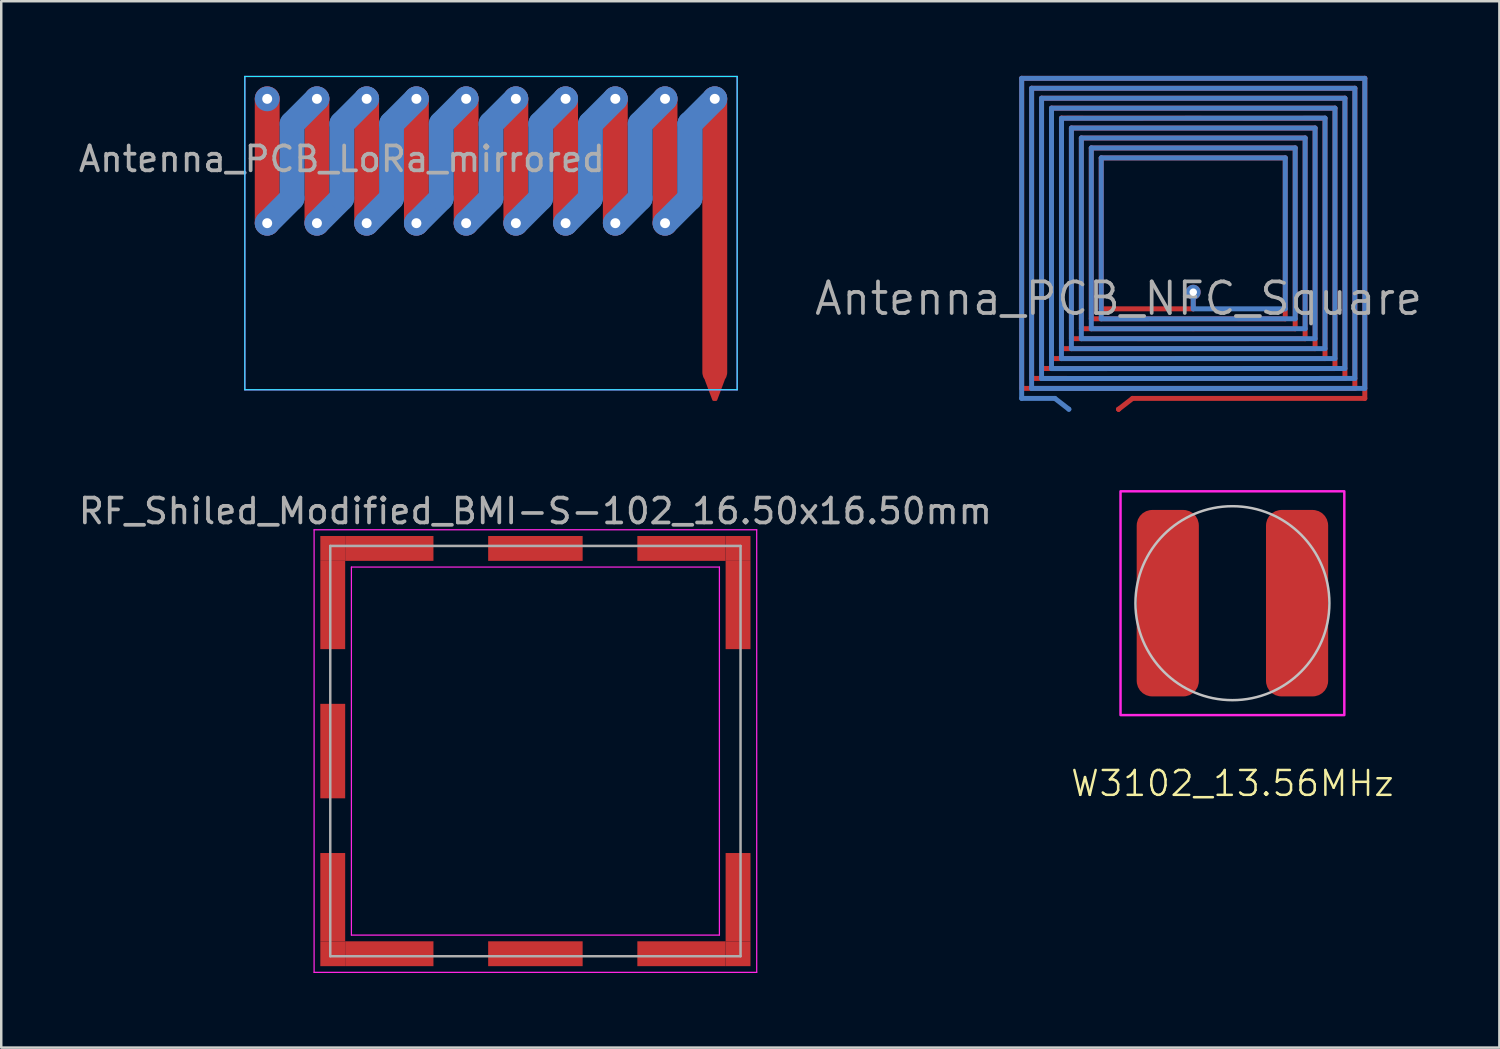
<source format=kicad_pcb>
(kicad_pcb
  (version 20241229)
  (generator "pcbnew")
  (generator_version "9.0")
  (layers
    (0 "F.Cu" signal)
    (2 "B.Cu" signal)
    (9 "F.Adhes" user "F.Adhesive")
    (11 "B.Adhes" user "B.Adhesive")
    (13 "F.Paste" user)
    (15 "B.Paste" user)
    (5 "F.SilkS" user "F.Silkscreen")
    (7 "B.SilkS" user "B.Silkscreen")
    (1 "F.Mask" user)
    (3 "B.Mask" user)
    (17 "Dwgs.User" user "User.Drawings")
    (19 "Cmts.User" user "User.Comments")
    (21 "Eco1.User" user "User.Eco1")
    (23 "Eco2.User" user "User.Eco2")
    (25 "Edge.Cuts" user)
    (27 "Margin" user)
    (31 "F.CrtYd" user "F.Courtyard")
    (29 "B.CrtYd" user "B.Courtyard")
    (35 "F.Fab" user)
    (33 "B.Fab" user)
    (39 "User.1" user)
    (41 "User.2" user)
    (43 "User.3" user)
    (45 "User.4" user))
  (footprint "Antenna_PCB_NFC_Square"
    (layer "F.Cu")
    (at 41.936 13.408)
    (property "Reference" "Antenna_PCB_NFC_Square" (at 0 -4.45 0) (layer "F.Fab") (effects (font (size 1.27 1.27) (thickness 0.15))))
    (attr exclude_from_pos_files exclude_from_bom allow_missing_courtyard)
    (fp_line (start -3.898 -13.308) (end 9.902 -13.308) (stroke (width 0.2) (type solid)) (layer "F.Cu"))
    (fp_line (start -3.898 -0.838) (end -3.898 -13.308) (stroke (width 0.2) (type solid)) (layer "F.Cu"))
    (fp_line (start -3.898 -0.838) (end 9.502 -0.836) (stroke (width 0.2) (type solid)) (layer "F.Cu"))
    (fp_line (start -3.498 -12.908) (end 9.502 -12.908) (stroke (width 0.2) (type solid)) (layer "F.Cu"))
    (fp_line (start -3.498 -1.238) (end -3.498 -12.908) (stroke (width 0.2) (type solid)) (layer "F.Cu"))
    (fp_line (start -3.498 -1.238) (end 9.102 -1.236) (stroke (width 0.2) (type solid)) (layer "F.Cu"))
    (fp_line (start -3.098 -12.508) (end 9.102 -12.508) (stroke (width 0.2) (type solid)) (layer "F.Cu"))
    (fp_line (start -3.098 -1.638) (end -3.098 -12.508) (stroke (width 0.2) (type solid)) (layer "F.Cu"))
    (fp_line (start -3.098 -1.638) (end 8.702 -1.636) (stroke (width 0.2) (type solid)) (layer "F.Cu"))
    (fp_line (start -2.698 -12.108) (end 8.702 -12.108) (stroke (width 0.2) (type solid)) (layer "F.Cu"))
    (fp_line (start -2.698 -2.038) (end -2.698 -12.108) (stroke (width 0.2) (type solid)) (layer "F.Cu"))
    (fp_line (start -2.698 -2.038) (end 8.302 -2.036) (stroke (width 0.2) (type solid)) (layer "F.Cu"))
    (fp_line (start -2.298 -11.708) (end 8.299 -11.702) (stroke (width 0.2) (type solid)) (layer "F.Cu"))
    (fp_line (start -2.298 -2.438) (end -2.298 -11.708) (stroke (width 0.2) (type solid)) (layer "F.Cu"))
    (fp_line (start -2.298 -2.438) (end 7.902 -2.436) (stroke (width 0.2) (type solid)) (layer "F.Cu"))
    (fp_line (start -1.898 -11.308) (end 7.902 -11.308) (stroke (width 0.2) (type solid)) (layer "F.Cu"))
    (fp_line (start -1.898 -2.838) (end -1.898 -11.308) (stroke (width 0.2) (type solid)) (layer "F.Cu"))
    (fp_line (start -1.898 -2.838) (end 7.502 -2.836) (stroke (width 0.2) (type solid)) (layer "F.Cu"))
    (fp_line (start -1.498 -10.908) (end 7.502 -10.908) (stroke (width 0.2) (type solid)) (layer "F.Cu"))
    (fp_line (start -1.498 -3.238) (end -1.498 -10.908) (stroke (width 0.2) (type solid)) (layer "F.Cu"))
    (fp_line (start -1.498 -3.238) (end 7.102 -3.236) (stroke (width 0.2) (type solid)) (layer "F.Cu"))
    (fp_line (start -1.098 -10.508) (end 7.102 -10.508) (stroke (width 0.2) (type solid)) (layer "F.Cu"))
    (fp_line (start -1.098 -3.638) (end -1.098 -10.508) (stroke (width 0.2) (type solid)) (layer "F.Cu"))
    (fp_line (start -1.098 -3.638) (end 6.702 -3.636) (stroke (width 0.2) (type solid)) (layer "F.Cu"))
    (fp_line (start -0.698 -10.108) (end 6.702 -10.108) (stroke (width 0.2) (type solid)) (layer "F.Cu"))
    (fp_line (start -0.698 -4.038) (end -0.698 -10.108) (stroke (width 0.2) (type solid)) (layer "F.Cu"))
    (fp_line (start -0.698 -4.038) (end 3.002 -4.038) (stroke (width 0.2) (type solid)) (layer "F.Cu"))
    (fp_line (start 0 0) (end 0.562 -0.436) (stroke (width 0.2) (type solid)) (layer "F.Cu"))
    (fp_line (start 0.562 -0.436) (end 9.902 -0.436) (stroke (width 0.2) (type solid)) (layer "F.Cu"))
    (fp_line (start 3.002 -4.038) (end 3.002 -4.708) (stroke (width 0.2) (type solid)) (layer "F.Cu"))
    (fp_line (start 6.702 -3.636) (end 6.702 -10.108) (stroke (width 0.2) (type solid)) (layer "F.Cu"))
    (fp_line (start 7.102 -3.236) (end 7.102 -10.508) (stroke (width 0.2) (type solid)) (layer "F.Cu"))
    (fp_line (start 7.502 -2.836) (end 7.502 -10.908) (stroke (width 0.2) (type solid)) (layer "F.Cu"))
    (fp_line (start 7.902 -2.436) (end 7.902 -11.308) (stroke (width 0.2) (type solid)) (layer "F.Cu"))
    (fp_line (start 8.299 -11.702) (end 8.302 -2.036) (stroke (width 0.2) (type solid)) (layer "F.Cu"))
    (fp_line (start 8.702 -1.636) (end 8.702 -12.108) (stroke (width 0.2) (type solid)) (layer "F.Cu"))
    (fp_line (start 9.102 -1.236) (end 9.102 -12.508) (stroke (width 0.2) (type solid)) (layer "F.Cu"))
    (fp_line (start 9.502 -0.836) (end 9.502 -12.908) (stroke (width 0.2) (type solid)) (layer "F.Cu"))
    (fp_line (start 9.902 -0.436) (end 9.902 -13.308) (stroke (width 0.2) (type solid)) (layer "F.Cu"))
    (fp_line (start -3.898 -0.436) (end -3.898 -13.308) (stroke (width 0.2) (type solid)) (layer "B.Cu"))
    (fp_line (start -3.898 -0.436) (end -2.562 -0.436) (stroke (width 0.2) (type solid)) (layer "B.Cu"))
    (fp_line (start -3.498 -0.836) (end -3.498 -12.908) (stroke (width 0.2) (type solid)) (layer "B.Cu"))
    (fp_line (start -3.098 -1.236) (end -3.098 -12.508) (stroke (width 0.2) (type solid)) (layer "B.Cu"))
    (fp_line (start -2.698 -1.636) (end -2.698 -12.108) (stroke (width 0.2) (type solid)) (layer "B.Cu"))
    (fp_line (start -2.562 -0.436) (end -2 0) (stroke (width 0.2) (type solid)) (layer "B.Cu"))
    (fp_line (start -2.295 -11.702) (end -2.298 -2.036) (stroke (width 0.2) (type solid)) (layer "B.Cu"))
    (fp_line (start -1.898 -2.436) (end -1.898 -11.308) (stroke (width 0.2) (type solid)) (layer "B.Cu"))
    (fp_line (start -1.498 -2.836) (end -1.498 -10.908) (stroke (width 0.2) (type solid)) (layer "B.Cu"))
    (fp_line (start -1.098 -3.236) (end -1.098 -10.508) (stroke (width 0.2) (type solid)) (layer "B.Cu"))
    (fp_line (start -0.698 -3.636) (end -0.698 -10.108) (stroke (width 0.2) (type solid)) (layer "B.Cu"))
    (fp_line (start 3.002 -4.038) (end 3.002 -4.708) (stroke (width 0.2) (type solid)) (layer "B.Cu"))
    (fp_line (start 6.702 -10.108) (end -0.698 -10.108) (stroke (width 0.2) (type solid)) (layer "B.Cu"))
    (fp_line (start 6.702 -4.038) (end 3.002 -4.038) (stroke (width 0.2) (type solid)) (layer "B.Cu"))
    (fp_line (start 6.702 -4.038) (end 6.702 -10.108) (stroke (width 0.2) (type solid)) (layer "B.Cu"))
    (fp_line (start 7.102 -10.508) (end -1.098 -10.508) (stroke (width 0.2) (type solid)) (layer "B.Cu"))
    (fp_line (start 7.102 -3.638) (end -0.698 -3.636) (stroke (width 0.2) (type solid)) (layer "B.Cu"))
    (fp_line (start 7.102 -3.638) (end 7.102 -10.508) (stroke (width 0.2) (type solid)) (layer "B.Cu"))
    (fp_line (start 7.502 -10.908) (end -1.498 -10.908) (stroke (width 0.2) (type solid)) (layer "B.Cu"))
    (fp_line (start 7.502 -3.238) (end -1.098 -3.236) (stroke (width 0.2) (type solid)) (layer "B.Cu"))
    (fp_line (start 7.502 -3.238) (end 7.502 -10.908) (stroke (width 0.2) (type solid)) (layer "B.Cu"))
    (fp_line (start 7.902 -11.308) (end -1.898 -11.308) (stroke (width 0.2) (type solid)) (layer "B.Cu"))
    (fp_line (start 7.902 -2.838) (end -1.498 -2.836) (stroke (width 0.2) (type solid)) (layer "B.Cu"))
    (fp_line (start 7.902 -2.838) (end 7.902 -11.308) (stroke (width 0.2) (type solid)) (layer "B.Cu"))
    (fp_line (start 8.302 -11.708) (end -2.295 -11.702) (stroke (width 0.2) (type solid)) (layer "B.Cu"))
    (fp_line (start 8.302 -2.438) (end -1.898 -2.436) (stroke (width 0.2) (type solid)) (layer "B.Cu"))
    (fp_line (start 8.302 -2.438) (end 8.302 -11.708) (stroke (width 0.2) (type solid)) (layer "B.Cu"))
    (fp_line (start 8.702 -12.108) (end -2.698 -12.108) (stroke (width 0.2) (type solid)) (layer "B.Cu"))
    (fp_line (start 8.702 -2.038) (end -2.298 -2.036) (stroke (width 0.2) (type solid)) (layer "B.Cu"))
    (fp_line (start 8.702 -2.038) (end 8.702 -12.108) (stroke (width 0.2) (type solid)) (layer "B.Cu"))
    (fp_line (start 9.102 -12.508) (end -3.098 -12.508) (stroke (width 0.2) (type solid)) (layer "B.Cu"))
    (fp_line (start 9.102 -1.638) (end -2.698 -1.636) (stroke (width 0.2) (type solid)) (layer "B.Cu"))
    (fp_line (start 9.102 -1.638) (end 9.102 -12.508) (stroke (width 0.2) (type solid)) (layer "B.Cu"))
    (fp_line (start 9.502 -12.908) (end -3.498 -12.908) (stroke (width 0.2) (type solid)) (layer "B.Cu"))
    (fp_line (start 9.502 -1.238) (end -3.098 -1.236) (stroke (width 0.2) (type solid)) (layer "B.Cu"))
    (fp_line (start 9.502 -1.238) (end 9.502 -12.908) (stroke (width 0.2) (type solid)) (layer "B.Cu"))
    (fp_line (start 9.902 -13.308) (end -3.898 -13.308) (stroke (width 0.2) (type solid)) (layer "B.Cu"))
    (fp_line (start 9.902 -0.838) (end -3.498 -0.836) (stroke (width 0.2) (type solid)) (layer "B.Cu"))
    (fp_line (start 9.902 -0.838) (end 9.902 -13.308) (stroke (width 0.2) (type solid)) (layer "B.Cu"))
    (pad "" thru_hole circle (at 3.002 -4.708 180) (size 0.6 0.6) (drill 0.3) (layers "*.Cu"))
    (pad "1" smd circle (at 0 0) (size 0.2 0.2) (layers "F.Cu"))
    (pad "1" smd circle (at 0 0) (size 0.2 0.2) (layers "F.Cu"))
    (pad "2" smd circle (at -2 0) (size 0.2 0.2) (layers "B.Cu")))
  (footprint "Antenna_PCB_LoRa_mirrored"
    (layer "F.Cu")
    (at 16.696 6.725)
    (property "Reference" "Antenna_PCB_LoRa_mirrored" (at -6 -3.38 0) (layer "F.Fab") (effects (font (size 1 1) (thickness 0.15))))
    (attr through_hole)
    (fp_line (start -9.9 -6.7) (end 9.9 -6.7) (stroke (width 0.05) (type solid)) (layer "B.CrtYd"))
    (fp_line (start -9.9 5.9) (end -9.9 -6.7) (stroke (width 0.05) (type solid)) (layer "B.CrtYd"))
    (fp_line (start 9.9 -6.7) (end 9.9 5.9) (stroke (width 0.05) (type solid)) (layer "B.CrtYd"))
    (fp_line (start 9.9 5.9) (end -9.9 5.9) (stroke (width 0.05) (type solid)) (layer "B.CrtYd"))
    (fp_line (start -9.9 -6.7) (end 9.9 -6.7) (stroke (width 0.05) (type solid)) (layer "F.CrtYd"))
    (fp_line (start -9.9 5.9) (end -9.9 -6.7) (stroke (width 0.05) (type solid)) (layer "F.CrtYd"))
    (fp_line (start 9.9 -6.7) (end 9.9 5.9) (stroke (width 0.05) (type solid)) (layer "F.CrtYd"))
    (fp_line (start 9.9 5.9) (end -9.9 5.9) (stroke (width 0.05) (type solid)) (layer "F.CrtYd"))
    (pad "1" thru_hole circle (at -9 -5.8 180) (size 1 1) (drill 0.4) (layers "*.Cu"))
    (pad "1" smd custom (at -9 -3.25) (size 1 1) (layers "F.Cu") (options (anchor circle)) (primitives (gr_line (start 0 -2.55) (end 0 2.45) (width 1))))
    (pad "1" thru_hole circle (at -9 -0.8 180) (size 1 1) (drill 0.4) (layers "*.Cu"))
    (pad "1" smd custom (at -8.5 -1.3) (size 1 1) (layers "B.Cu") (options (anchor circle)) (primitives (gr_line (start 0.5 -0.5) (end -0.5 0.5) (width 1))))
    (pad "1" smd custom (at -8 -3.3) (size 1 1) (layers "B.Cu") (options (anchor circle)) (primitives (gr_line (start 0 -1.5) (end 0 1.5) (width 1))))
    (pad "1" smd custom (at -7.6 -5.2) (size 1 1) (layers "B.Cu") (options (anchor circle)) (primitives (gr_line (start 0.6 -0.6) (end -0.4 0.4) (width 1))))
    (pad "1" thru_hole circle (at -7 -5.8 180) (size 1 1) (drill 0.4) (layers "*.Cu"))
    (pad "1" smd custom (at -7 -3.25) (size 1 1) (layers "F.Cu") (options (anchor circle)) (primitives (gr_line (start 0 -2.55) (end 0 2.45) (width 1))))
    (pad "1" thru_hole circle (at -7 -0.8 180) (size 1 1) (drill 0.4) (layers "*.Cu"))
    (pad "1" smd custom (at -6.5 -1.3) (size 1 1) (layers "B.Cu") (options (anchor circle)) (primitives (gr_line (start 0.5 -0.5) (end -0.5 0.5) (width 1))))
    (pad "1" smd custom (at -6 -3.3) (size 1 1) (layers "B.Cu") (options (anchor circle)) (primitives (gr_line (start 0 -1.5) (end 0 1.5) (width 1))))
    (pad "1" smd custom (at -5.6 -5.2) (size 1 1) (layers "B.Cu") (options (anchor circle)) (primitives (gr_line (start 0.6 -0.6) (end -0.4 0.4) (width 1))))
    (pad "1" thru_hole circle (at -5 -5.8 180) (size 1 1) (drill 0.4) (layers "*.Cu"))
    (pad "1" smd custom (at -5 -3.25) (size 1 1) (layers "F.Cu") (options (anchor circle)) (primitives (gr_line (start 0 -2.55) (end 0 2.45) (width 1))))
    (pad "1" thru_hole circle (at -5 -0.8 180) (size 1 1) (drill 0.4) (layers "*.Cu"))
    (pad "1" smd custom (at -4.5 -1.3) (size 1 1) (layers "B.Cu") (options (anchor circle)) (primitives (gr_line (start 0.5 -0.5) (end -0.5 0.5) (width 1))))
    (pad "1" smd custom (at -4 -3.3) (size 1 1) (layers "B.Cu") (options (anchor circle)) (primitives (gr_line (start 0 -1.5) (end 0 1.5) (width 1))))
    (pad "1" smd custom (at -3.6 -5.2) (size 1 1) (layers "B.Cu") (options (anchor circle)) (primitives (gr_line (start 0.6 -0.6) (end -0.4 0.4) (width 1))))
    (pad "1" thru_hole circle (at -3 -5.8 180) (size 1 1) (drill 0.4) (layers "*.Cu"))
    (pad "1" smd custom (at -3 -3.25) (size 1 1) (layers "F.Cu") (options (anchor circle)) (primitives (gr_line (start 0 -2.55) (end 0 2.45) (width 1))))
    (pad "1" thru_hole circle (at -3 -0.8 180) (size 1 1) (drill 0.4) (layers "*.Cu"))
    (pad "1" smd custom (at -2.5 -1.3) (size 1 1) (layers "B.Cu") (options (anchor circle)) (primitives (gr_line (start 0.5 -0.5) (end -0.5 0.5) (width 1))))
    (pad "1" smd custom (at -2 -3.3) (size 1 1) (layers "B.Cu") (options (anchor circle)) (primitives (gr_line (start 0 -1.5) (end 0 1.5) (width 1))))
    (pad "1" smd custom (at -1.6 -5.2) (size 1 1) (layers "B.Cu") (options (anchor circle)) (primitives (gr_line (start 0.6 -0.6) (end -0.4 0.4) (width 1))))
    (pad "1" thru_hole circle (at -1 -5.8 180) (size 1 1) (drill 0.4) (layers "*.Cu"))
    (pad "1" smd custom (at -1 -3.25) (size 1 1) (layers "F.Cu") (options (anchor circle)) (primitives (gr_line (start 0 -2.55) (end 0 2.45) (width 1))))
    (pad "1" thru_hole circle (at -1 -0.8 180) (size 1 1) (drill 0.4) (layers "*.Cu"))
    (pad "1" smd custom (at -0.5 -1.3) (size 1 1) (layers "B.Cu") (options (anchor circle)) (primitives (gr_line (start 0.5 -0.5) (end -0.5 0.5) (width 1))))
    (pad "1" smd custom (at 0 -3.3) (size 1 1) (layers "B.Cu") (options (anchor circle)) (primitives (gr_line (start 0 -1.5) (end 0 1.5) (width 1))))
    (pad "1" smd custom (at 0.4 -5.2) (size 1 1) (layers "B.Cu") (options (anchor circle)) (primitives (gr_line (start 0.6 -0.6) (end -0.4 0.4) (width 1))))
    (pad "1" thru_hole circle (at 1 -5.8 180) (size 1 1) (drill 0.4) (layers "*.Cu"))
    (pad "1" smd custom (at 1 -3.25) (size 1 1) (layers "F.Cu") (options (anchor circle)) (primitives (gr_line (start 0 -2.55) (end 0 2.45) (width 1))))
    (pad "1" thru_hole circle (at 1 -0.8 180) (size 1 1) (drill 0.4) (layers "*.Cu"))
    (pad "1" smd custom (at 1.5 -1.3) (size 1 1) (layers "B.Cu") (options (anchor circle)) (primitives (gr_line (start 0.5 -0.5) (end -0.5 0.5) (width 1))))
    (pad "1" smd custom (at 2 -3.3) (size 1 1) (layers "B.Cu") (options (anchor circle)) (primitives (gr_line (start 0 -1.5) (end 0 1.5) (width 1))))
    (pad "1" smd custom (at 2.4 -5.2) (size 1 1) (layers "B.Cu") (options (anchor circle)) (primitives (gr_line (start 0.6 -0.6) (end -0.4 0.4) (width 1))))
    (pad "1" thru_hole circle (at 3 -5.8 180) (size 1 1) (drill 0.4) (layers "*.Cu"))
    (pad "1" smd custom (at 3 -3.25) (size 1 1) (layers "F.Cu") (options (anchor circle)) (primitives (gr_line (start 0 -2.55) (end 0 2.45) (width 1))))
    (pad "1" thru_hole circle (at 3 -0.8 180) (size 1 1) (drill 0.4) (layers "*.Cu"))
    (pad "1" smd custom (at 3.5 -1.3) (size 1 1) (layers "B.Cu") (options (anchor circle)) (primitives (gr_line (start 0.5 -0.5) (end -0.5 0.5) (width 1))))
    (pad "1" smd custom (at 4 -3.3) (size 1 1) (layers "B.Cu") (options (anchor circle)) (primitives (gr_line (start 0 -1.5) (end 0 1.5) (width 1))))
    (pad "1" smd custom (at 4.4 -5.2) (size 1 1) (layers "B.Cu") (options (anchor circle)) (primitives (gr_line (start 0.6 -0.6) (end -0.4 0.4) (width 1))))
    (pad "1" thru_hole circle (at 5 -5.8 180) (size 1 1) (drill 0.4) (layers "*.Cu"))
    (pad "1" smd custom (at 5 -3.25) (size 1 1) (layers "F.Cu") (options (anchor circle)) (primitives (gr_line (start 0 -2.55) (end 0 2.45) (width 1))))
    (pad "1" thru_hole circle (at 5 -0.8 180) (size 1 1) (drill 0.4) (layers "*.Cu"))
    (pad "1" smd custom (at 5.5 -1.3) (size 1 1) (layers "B.Cu") (options (anchor circle)) (primitives (gr_line (start 0.5 -0.5) (end -0.5 0.5) (width 1))))
    (pad "1" smd custom (at 6 -3.3) (size 1 1) (layers "B.Cu") (options (anchor circle)) (primitives (gr_line (start 0 -1.5) (end 0 1.5) (width 1))))
    (pad "1" smd custom (at 6.4 -5.2) (size 1 1) (layers "B.Cu") (options (anchor circle)) (primitives (gr_line (start 0.6 -0.6) (end -0.4 0.4) (width 1))))
    (pad "1" thru_hole circle (at 7 -5.8 180) (size 1 1) (drill 0.4) (layers "*.Cu"))
    (pad "1" smd custom (at 7 -3.25) (size 1 1) (layers "F.Cu") (options (anchor circle)) (primitives (gr_line (start 0 -2.55) (end 0 2.45) (width 1))))
    (pad "1" thru_hole circle (at 7 -0.8 180) (size 1 1) (drill 0.4) (layers "*.Cu"))
    (pad "1" smd custom (at 7.5 -1.3) (size 1 1) (layers "B.Cu") (options (anchor circle)) (primitives (gr_line (start 0.5 -0.5) (end -0.5 0.5) (width 1))))
    (pad "1" smd custom (at 8 -3.3) (size 1 1) (layers "B.Cu") (options (anchor circle)) (primitives (gr_line (start 0 -1.5) (end 0 1.5) (width 1))))
    (pad "1" smd custom (at 8 -3.3) (size 1 1) (layers "B.Cu") (options (anchor circle)) (primitives (gr_line (start 0 -1.5) (end 0 1.5) (width 1))))
    (pad "1" smd custom (at 8.4 -5.2) (size 1 1) (layers "B.Cu") (options (anchor circle)) (primitives (gr_line (start 0.6 -0.6) (end -0.4 0.4) (width 1))))
    (pad "1" thru_hole circle (at 9 -5.8 180) (size 1 1) (drill 0.4) (layers "*.Cu"))
    (pad "1" smd custom (at 9 5.9 180) (size 0.2 0.2) (layers "F.Cu") (options (anchor circle)) (primitives (gr_poly (pts (xy 0.35 0.4) (xy -0.35 0.4) (xy -0.05 -0.4) (xy 0.05 -0.4)) (width 0.1) (fill yes)) (gr_line (start 0 0.7) (end 0 11.7) (width 1)))))
  (footprint "RF_Shiled_Modified_BMI-S-102_16.50x16.50mm"
    (layer "F.Cu")
    (at 18.482 27.156)
    (property "Reference" "RF_Shiled_Modified_BMI-S-102_16.50x16.50mm" (at 0 -9.65 0) (layer "F.Fab") (effects (font (size 1 1) (thickness 0.15))))
    (attr smd)
    (fp_line (start -8.9 -8.9) (end -8.9 8.9) (stroke (width 0.05) (type solid)) (layer "F.CrtYd"))
    (fp_line (start -8.9 8.9) (end 8.9 8.9) (stroke (width 0.05) (type solid)) (layer "F.CrtYd"))
    (fp_line (start -7.4 -7.4) (end -7.4 7.4) (stroke (width 0.05) (type solid)) (layer "F.CrtYd"))
    (fp_line (start 7.4 -7.4) (end -7.4 -7.4) (stroke (width 0.05) (type solid)) (layer "F.CrtYd"))
    (fp_line (start 7.4 -7.4) (end 7.4 7.4) (stroke (width 0.05) (type solid)) (layer "F.CrtYd"))
    (fp_line (start 7.4 7.4) (end -7.4 7.4) (stroke (width 0.05) (type solid)) (layer "F.CrtYd"))
    (fp_line (start 8.9 -8.9) (end -8.9 -8.9) (stroke (width 0.05) (type solid)) (layer "F.CrtYd"))
    (fp_line (start 8.9 8.9) (end 8.9 -8.9) (stroke (width 0.05) (type solid)) (layer "F.CrtYd"))
    (fp_line (start -8.25 -8.25) (end -8.25 8.25) (stroke (width 0.1) (type solid)) (layer "F.Fab"))
    (fp_line (start -8.25 8.25) (end 8.25 8.25) (stroke (width 0.1) (type solid)) (layer "F.Fab"))
    (fp_line (start 8.25 -8.25) (end -8.25 -8.25) (stroke (width 0.1) (type solid)) (layer "F.Fab"))
    (fp_line (start 8.25 8.25) (end 8.25 -8.25) (stroke (width 0.1) (type solid)) (layer "F.Fab"))
    (pad "1" smd rect (at -8.15 -8.15) (size 1 1) (layers "F.Cu" "F.Mask" "F.Paste"))
    (pad "1" smd rect (at -8.15 -5.875) (size 1 3.55) (layers "F.Cu" "F.Mask" "F.Paste"))
    (pad "1" smd rect (at -8.15 0) (size 1 3.8) (layers "F.Cu" "F.Mask" "F.Paste"))
    (pad "1" smd rect (at -8.15 5.875) (size 1 3.55) (layers "F.Cu" "F.Mask" "F.Paste"))
    (pad "1" smd rect (at -8.15 8.15) (size 1 1) (layers "F.Cu" "F.Mask" "F.Paste"))
    (pad "1" smd rect (at -5.875 -8.15) (size 3.55 1) (layers "F.Cu" "F.Mask" "F.Paste"))
    (pad "1" smd rect (at -5.875 8.15) (size 3.55 1) (layers "F.Cu" "F.Mask" "F.Paste"))
    (pad "1" smd rect (at 0 -8.15) (size 3.8 1) (layers "F.Cu" "F.Mask" "F.Paste"))
    (pad "1" smd rect (at 0 8.15) (size 3.8 1) (layers "F.Cu" "F.Mask" "F.Paste"))
    (pad "1" smd rect (at 5.875 -8.15) (size 3.55 1) (layers "F.Cu" "F.Mask" "F.Paste"))
    (pad "1" smd rect (at 5.875 8.15) (size 3.55 1) (layers "F.Cu" "F.Mask" "F.Paste"))
    (pad "1" smd rect (at 8.15 -8.15) (size 1 1) (layers "F.Cu" "F.Mask" "F.Paste"))
    (pad "1" smd rect (at 8.15 -5.875) (size 1 3.55) (layers "F.Cu" "F.Mask" "F.Paste"))
    (pad "1" smd rect (at 8.15 5.875) (size 1 3.55) (layers "F.Cu" "F.Mask" "F.Paste"))
    (pad "1" smd rect (at 8.15 8.15) (size 1 1) (layers "F.Cu" "F.Mask" "F.Paste")))
  (footprint "W3102_13.56MHz"
    (layer "F.Cu")
    (at 46.514 21.208)
    (property "Reference" "W3102_13.56MHz" (at 0 7.25 0) (unlocked yes) (layer "F.SilkS") (effects (font (size 1 1) (thickness 0.1))))
    (attr smd)
    (fp_circle (center 0 0) (end 3.9 0) (stroke (width 0.1) (type default)) (fill no) (layer "Dwgs.User"))
    (fp_rect (start -4.5 -4.5) (end 4.5 4.5) (stroke (width 0.1) (type default)) (fill no) (layer "F.CrtYd"))
    (pad "1" smd roundrect (at 2.6 0) (size 2.5 7.5) (layers "F.Cu" "F.Mask" "F.Paste") (roundrect_rratio 0.25))
    (pad "2" smd roundrect (at -2.6 0) (size 2.5 7.5) (layers "F.Cu" "F.Mask" "F.Paste") (roundrect_rratio 0.25))
    (zone (net_name "") (layers "F.Cu" "B.Cu") (hatch edge 0.5) (connect_pads) (min_thickness 0.25) (filled_areas_thickness no) (keepout (tracks allowed) (vias allowed) (pads allowed) (copperpour not_allowed) (footprints allowed)) (placement (enabled no)) (fill) (polygon (pts (xy 42.014 16.708) (xy 42.014 25.708) (xy 51.014 25.708) (xy 51.014 16.708)))))
  (gr_rect
    (start -3 -3)
    (end 57.25 39.081)
    (stroke (width 0.1) (type default))
    (fill no)
    (layer "Edge.Cuts")))
</source>
